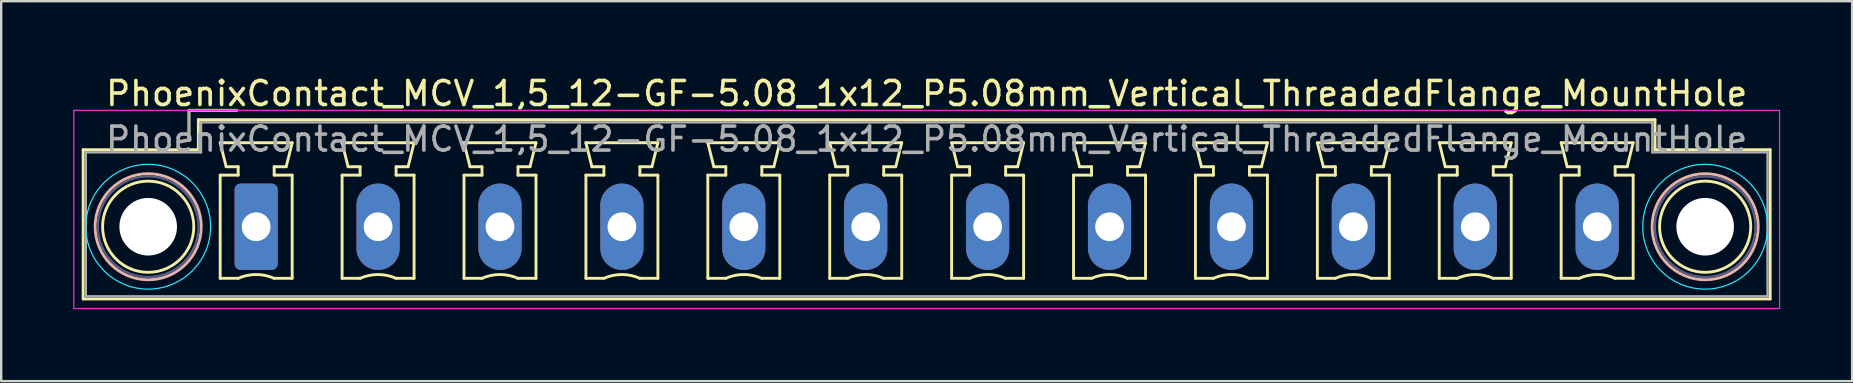
<source format=kicad_pcb>
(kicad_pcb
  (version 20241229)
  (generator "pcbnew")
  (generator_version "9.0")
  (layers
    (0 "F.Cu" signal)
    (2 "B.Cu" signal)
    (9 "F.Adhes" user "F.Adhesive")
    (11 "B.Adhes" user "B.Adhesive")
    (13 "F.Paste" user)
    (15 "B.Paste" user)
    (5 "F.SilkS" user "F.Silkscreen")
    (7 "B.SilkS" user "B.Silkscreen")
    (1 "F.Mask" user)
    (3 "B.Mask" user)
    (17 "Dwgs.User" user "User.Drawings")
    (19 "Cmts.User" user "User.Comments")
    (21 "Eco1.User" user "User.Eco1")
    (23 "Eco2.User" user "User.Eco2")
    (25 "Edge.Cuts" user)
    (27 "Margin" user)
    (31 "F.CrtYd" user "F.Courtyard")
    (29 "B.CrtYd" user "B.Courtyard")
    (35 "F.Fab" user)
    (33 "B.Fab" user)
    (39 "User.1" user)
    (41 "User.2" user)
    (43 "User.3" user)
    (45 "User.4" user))
  (footprint "PhoenixContact_MCV_1,5_12-GF-5.08_1x12_P5.08mm_Vertical_ThreadedFlange_MountHole"
    (layer "F.Cu")
    (at 7.625 6.398)
    (property "Reference" "PhoenixContact_MCV_1,5_12-GF-5.08_1x12_P5.08mm_Vertical_ThreadedFlange_MountHole" (at 27.94 -5.55 0) (layer "F.SilkS") (effects (font (size 1 1) (thickness 0.15))))
    (attr through_hole)
    (fp_line (start -7.21 -3.21) (end -7.21 3.01) (stroke (width 0.12) (type solid)) (layer "F.SilkS"))
    (fp_line (start -7.21 3.01) (end 63.09 3.01) (stroke (width 0.12) (type solid)) (layer "F.SilkS"))
    (fp_line (start -2.8 -4.85) (end -0.8 -4.85) (stroke (width 0.12) (type solid)) (layer "F.SilkS"))
    (fp_line (start -2.8 -3.6) (end -2.8 -4.85) (stroke (width 0.12) (type solid)) (layer "F.SilkS"))
    (fp_line (start -2.41 -4.46) (end -2.41 -3.21) (stroke (width 0.12) (type solid)) (layer "F.SilkS"))
    (fp_line (start -2.41 -3.21) (end -7.21 -3.21) (stroke (width 0.12) (type solid)) (layer "F.SilkS"))
    (fp_line (start -1.5 -3.5) (end 1.5 -3.5) (stroke (width 0.12) (type solid)) (layer "F.SilkS"))
    (fp_line (start -1.5 -2.15) (end -0.75 -2.15) (stroke (width 0.12) (type solid)) (layer "F.SilkS"))
    (fp_line (start -1.5 2.15) (end -1.5 -2.15) (stroke (width 0.12) (type solid)) (layer "F.SilkS"))
    (fp_line (start -1.25 -2.5) (end -1.5 -3.5) (stroke (width 0.12) (type solid)) (layer "F.SilkS"))
    (fp_line (start -0.75 -2.5) (end -1.25 -2.5) (stroke (width 0.12) (type solid)) (layer "F.SilkS"))
    (fp_line (start -0.75 -2.15) (end -0.75 -2.5) (stroke (width 0.12) (type solid)) (layer "F.SilkS"))
    (fp_line (start -0.75 2.15) (end -1.5 2.15) (stroke (width 0.12) (type solid)) (layer "F.SilkS"))
    (fp_line (start 0.75 -2.5) (end 0.75 -2.15) (stroke (width 0.12) (type solid)) (layer "F.SilkS"))
    (fp_line (start 0.75 -2.15) (end 1.5 -2.15) (stroke (width 0.12) (type solid)) (layer "F.SilkS"))
    (fp_line (start 1.25 -2.5) (end 0.75 -2.5) (stroke (width 0.12) (type solid)) (layer "F.SilkS"))
    (fp_line (start 1.5 -3.5) (end 1.25 -2.5) (stroke (width 0.12) (type solid)) (layer "F.SilkS"))
    (fp_line (start 1.5 -2.15) (end 1.5 2.15) (stroke (width 0.12) (type solid)) (layer "F.SilkS"))
    (fp_line (start 1.5 2.15) (end 0.75 2.15) (stroke (width 0.12) (type solid)) (layer "F.SilkS"))
    (fp_line (start 3.58 -3.5) (end 6.58 -3.5) (stroke (width 0.12) (type solid)) (layer "F.SilkS"))
    (fp_line (start 3.58 -2.15) (end 4.33 -2.15) (stroke (width 0.12) (type solid)) (layer "F.SilkS"))
    (fp_line (start 3.58 2.15) (end 3.58 -2.15) (stroke (width 0.12) (type solid)) (layer "F.SilkS"))
    (fp_line (start 3.83 -2.5) (end 3.58 -3.5) (stroke (width 0.12) (type solid)) (layer "F.SilkS"))
    (fp_line (start 4.33 -2.5) (end 3.83 -2.5) (stroke (width 0.12) (type solid)) (layer "F.SilkS"))
    (fp_line (start 4.33 -2.15) (end 4.33 -2.5) (stroke (width 0.12) (type solid)) (layer "F.SilkS"))
    (fp_line (start 4.33 2.15) (end 3.58 2.15) (stroke (width 0.12) (type solid)) (layer "F.SilkS"))
    (fp_line (start 5.83 -2.5) (end 5.83 -2.15) (stroke (width 0.12) (type solid)) (layer "F.SilkS"))
    (fp_line (start 5.83 -2.15) (end 6.58 -2.15) (stroke (width 0.12) (type solid)) (layer "F.SilkS"))
    (fp_line (start 6.33 -2.5) (end 5.83 -2.5) (stroke (width 0.12) (type solid)) (layer "F.SilkS"))
    (fp_line (start 6.58 -3.5) (end 6.33 -2.5) (stroke (width 0.12) (type solid)) (layer "F.SilkS"))
    (fp_line (start 6.58 -2.15) (end 6.58 2.15) (stroke (width 0.12) (type solid)) (layer "F.SilkS"))
    (fp_line (start 6.58 2.15) (end 5.83 2.15) (stroke (width 0.12) (type solid)) (layer "F.SilkS"))
    (fp_line (start 8.66 -3.5) (end 11.66 -3.5) (stroke (width 0.12) (type solid)) (layer "F.SilkS"))
    (fp_line (start 8.66 -2.15) (end 9.41 -2.15) (stroke (width 0.12) (type solid)) (layer "F.SilkS"))
    (fp_line (start 8.66 2.15) (end 8.66 -2.15) (stroke (width 0.12) (type solid)) (layer "F.SilkS"))
    (fp_line (start 8.91 -2.5) (end 8.66 -3.5) (stroke (width 0.12) (type solid)) (layer "F.SilkS"))
    (fp_line (start 9.41 -2.5) (end 8.91 -2.5) (stroke (width 0.12) (type solid)) (layer "F.SilkS"))
    (fp_line (start 9.41 -2.15) (end 9.41 -2.5) (stroke (width 0.12) (type solid)) (layer "F.SilkS"))
    (fp_line (start 9.41 2.15) (end 8.66 2.15) (stroke (width 0.12) (type solid)) (layer "F.SilkS"))
    (fp_line (start 10.91 -2.5) (end 10.91 -2.15) (stroke (width 0.12) (type solid)) (layer "F.SilkS"))
    (fp_line (start 10.91 -2.15) (end 11.66 -2.15) (stroke (width 0.12) (type solid)) (layer "F.SilkS"))
    (fp_line (start 11.41 -2.5) (end 10.91 -2.5) (stroke (width 0.12) (type solid)) (layer "F.SilkS"))
    (fp_line (start 11.66 -3.5) (end 11.41 -2.5) (stroke (width 0.12) (type solid)) (layer "F.SilkS"))
    (fp_line (start 11.66 -2.15) (end 11.66 2.15) (stroke (width 0.12) (type solid)) (layer "F.SilkS"))
    (fp_line (start 11.66 2.15) (end 10.91 2.15) (stroke (width 0.12) (type solid)) (layer "F.SilkS"))
    (fp_line (start 13.74 -3.5) (end 16.74 -3.5) (stroke (width 0.12) (type solid)) (layer "F.SilkS"))
    (fp_line (start 13.74 -2.15) (end 14.49 -2.15) (stroke (width 0.12) (type solid)) (layer "F.SilkS"))
    (fp_line (start 13.74 2.15) (end 13.74 -2.15) (stroke (width 0.12) (type solid)) (layer "F.SilkS"))
    (fp_line (start 13.99 -2.5) (end 13.74 -3.5) (stroke (width 0.12) (type solid)) (layer "F.SilkS"))
    (fp_line (start 14.49 -2.5) (end 13.99 -2.5) (stroke (width 0.12) (type solid)) (layer "F.SilkS"))
    (fp_line (start 14.49 -2.15) (end 14.49 -2.5) (stroke (width 0.12) (type solid)) (layer "F.SilkS"))
    (fp_line (start 14.49 2.15) (end 13.74 2.15) (stroke (width 0.12) (type solid)) (layer "F.SilkS"))
    (fp_line (start 15.99 -2.5) (end 15.99 -2.15) (stroke (width 0.12) (type solid)) (layer "F.SilkS"))
    (fp_line (start 15.99 -2.15) (end 16.74 -2.15) (stroke (width 0.12) (type solid)) (layer "F.SilkS"))
    (fp_line (start 16.49 -2.5) (end 15.99 -2.5) (stroke (width 0.12) (type solid)) (layer "F.SilkS"))
    (fp_line (start 16.74 -3.5) (end 16.49 -2.5) (stroke (width 0.12) (type solid)) (layer "F.SilkS"))
    (fp_line (start 16.74 -2.15) (end 16.74 2.15) (stroke (width 0.12) (type solid)) (layer "F.SilkS"))
    (fp_line (start 16.74 2.15) (end 15.99 2.15) (stroke (width 0.12) (type solid)) (layer "F.SilkS"))
    (fp_line (start 18.82 -3.5) (end 21.82 -3.5) (stroke (width 0.12) (type solid)) (layer "F.SilkS"))
    (fp_line (start 18.82 -2.15) (end 19.57 -2.15) (stroke (width 0.12) (type solid)) (layer "F.SilkS"))
    (fp_line (start 18.82 2.15) (end 18.82 -2.15) (stroke (width 0.12) (type solid)) (layer "F.SilkS"))
    (fp_line (start 19.07 -2.5) (end 18.82 -3.5) (stroke (width 0.12) (type solid)) (layer "F.SilkS"))
    (fp_line (start 19.57 -2.5) (end 19.07 -2.5) (stroke (width 0.12) (type solid)) (layer "F.SilkS"))
    (fp_line (start 19.57 -2.15) (end 19.57 -2.5) (stroke (width 0.12) (type solid)) (layer "F.SilkS"))
    (fp_line (start 19.57 2.15) (end 18.82 2.15) (stroke (width 0.12) (type solid)) (layer "F.SilkS"))
    (fp_line (start 21.07 -2.5) (end 21.07 -2.15) (stroke (width 0.12) (type solid)) (layer "F.SilkS"))
    (fp_line (start 21.07 -2.15) (end 21.82 -2.15) (stroke (width 0.12) (type solid)) (layer "F.SilkS"))
    (fp_line (start 21.57 -2.5) (end 21.07 -2.5) (stroke (width 0.12) (type solid)) (layer "F.SilkS"))
    (fp_line (start 21.82 -3.5) (end 21.57 -2.5) (stroke (width 0.12) (type solid)) (layer "F.SilkS"))
    (fp_line (start 21.82 -2.15) (end 21.82 2.15) (stroke (width 0.12) (type solid)) (layer "F.SilkS"))
    (fp_line (start 21.82 2.15) (end 21.07 2.15) (stroke (width 0.12) (type solid)) (layer "F.SilkS"))
    (fp_line (start 23.9 -3.5) (end 26.9 -3.5) (stroke (width 0.12) (type solid)) (layer "F.SilkS"))
    (fp_line (start 23.9 -2.15) (end 24.65 -2.15) (stroke (width 0.12) (type solid)) (layer "F.SilkS"))
    (fp_line (start 23.9 2.15) (end 23.9 -2.15) (stroke (width 0.12) (type solid)) (layer "F.SilkS"))
    (fp_line (start 24.15 -2.5) (end 23.9 -3.5) (stroke (width 0.12) (type solid)) (layer "F.SilkS"))
    (fp_line (start 24.65 -2.5) (end 24.15 -2.5) (stroke (width 0.12) (type solid)) (layer "F.SilkS"))
    (fp_line (start 24.65 -2.15) (end 24.65 -2.5) (stroke (width 0.12) (type solid)) (layer "F.SilkS"))
    (fp_line (start 24.65 2.15) (end 23.9 2.15) (stroke (width 0.12) (type solid)) (layer "F.SilkS"))
    (fp_line (start 26.15 -2.5) (end 26.15 -2.15) (stroke (width 0.12) (type solid)) (layer "F.SilkS"))
    (fp_line (start 26.15 -2.15) (end 26.9 -2.15) (stroke (width 0.12) (type solid)) (layer "F.SilkS"))
    (fp_line (start 26.65 -2.5) (end 26.15 -2.5) (stroke (width 0.12) (type solid)) (layer "F.SilkS"))
    (fp_line (start 26.9 -3.5) (end 26.65 -2.5) (stroke (width 0.12) (type solid)) (layer "F.SilkS"))
    (fp_line (start 26.9 -2.15) (end 26.9 2.15) (stroke (width 0.12) (type solid)) (layer "F.SilkS"))
    (fp_line (start 26.9 2.15) (end 26.15 2.15) (stroke (width 0.12) (type solid)) (layer "F.SilkS"))
    (fp_line (start 28.98 -3.5) (end 31.98 -3.5) (stroke (width 0.12) (type solid)) (layer "F.SilkS"))
    (fp_line (start 28.98 -2.15) (end 29.73 -2.15) (stroke (width 0.12) (type solid)) (layer "F.SilkS"))
    (fp_line (start 28.98 2.15) (end 28.98 -2.15) (stroke (width 0.12) (type solid)) (layer "F.SilkS"))
    (fp_line (start 29.23 -2.5) (end 28.98 -3.5) (stroke (width 0.12) (type solid)) (layer "F.SilkS"))
    (fp_line (start 29.73 -2.5) (end 29.23 -2.5) (stroke (width 0.12) (type solid)) (layer "F.SilkS"))
    (fp_line (start 29.73 -2.15) (end 29.73 -2.5) (stroke (width 0.12) (type solid)) (layer "F.SilkS"))
    (fp_line (start 29.73 2.15) (end 28.98 2.15) (stroke (width 0.12) (type solid)) (layer "F.SilkS"))
    (fp_line (start 31.23 -2.5) (end 31.23 -2.15) (stroke (width 0.12) (type solid)) (layer "F.SilkS"))
    (fp_line (start 31.23 -2.15) (end 31.98 -2.15) (stroke (width 0.12) (type solid)) (layer "F.SilkS"))
    (fp_line (start 31.73 -2.5) (end 31.23 -2.5) (stroke (width 0.12) (type solid)) (layer "F.SilkS"))
    (fp_line (start 31.98 -3.5) (end 31.73 -2.5) (stroke (width 0.12) (type solid)) (layer "F.SilkS"))
    (fp_line (start 31.98 -2.15) (end 31.98 2.15) (stroke (width 0.12) (type solid)) (layer "F.SilkS"))
    (fp_line (start 31.98 2.15) (end 31.23 2.15) (stroke (width 0.12) (type solid)) (layer "F.SilkS"))
    (fp_line (start 34.06 -3.5) (end 37.06 -3.5) (stroke (width 0.12) (type solid)) (layer "F.SilkS"))
    (fp_line (start 34.06 -2.15) (end 34.81 -2.15) (stroke (width 0.12) (type solid)) (layer "F.SilkS"))
    (fp_line (start 34.06 2.15) (end 34.06 -2.15) (stroke (width 0.12) (type solid)) (layer "F.SilkS"))
    (fp_line (start 34.31 -2.5) (end 34.06 -3.5) (stroke (width 0.12) (type solid)) (layer "F.SilkS"))
    (fp_line (start 34.81 -2.5) (end 34.31 -2.5) (stroke (width 0.12) (type solid)) (layer "F.SilkS"))
    (fp_line (start 34.81 -2.15) (end 34.81 -2.5) (stroke (width 0.12) (type solid)) (layer "F.SilkS"))
    (fp_line (start 34.81 2.15) (end 34.06 2.15) (stroke (width 0.12) (type solid)) (layer "F.SilkS"))
    (fp_line (start 36.31 -2.5) (end 36.31 -2.15) (stroke (width 0.12) (type solid)) (layer "F.SilkS"))
    (fp_line (start 36.31 -2.15) (end 37.06 -2.15) (stroke (width 0.12) (type solid)) (layer "F.SilkS"))
    (fp_line (start 36.81 -2.5) (end 36.31 -2.5) (stroke (width 0.12) (type solid)) (layer "F.SilkS"))
    (fp_line (start 37.06 -3.5) (end 36.81 -2.5) (stroke (width 0.12) (type solid)) (layer "F.SilkS"))
    (fp_line (start 37.06 -2.15) (end 37.06 2.15) (stroke (width 0.12) (type solid)) (layer "F.SilkS"))
    (fp_line (start 37.06 2.15) (end 36.31 2.15) (stroke (width 0.12) (type solid)) (layer "F.SilkS"))
    (fp_line (start 39.14 -3.5) (end 42.14 -3.5) (stroke (width 0.12) (type solid)) (layer "F.SilkS"))
    (fp_line (start 39.14 -2.15) (end 39.89 -2.15) (stroke (width 0.12) (type solid)) (layer "F.SilkS"))
    (fp_line (start 39.14 2.15) (end 39.14 -2.15) (stroke (width 0.12) (type solid)) (layer "F.SilkS"))
    (fp_line (start 39.39 -2.5) (end 39.14 -3.5) (stroke (width 0.12) (type solid)) (layer "F.SilkS"))
    (fp_line (start 39.89 -2.5) (end 39.39 -2.5) (stroke (width 0.12) (type solid)) (layer "F.SilkS"))
    (fp_line (start 39.89 -2.15) (end 39.89 -2.5) (stroke (width 0.12) (type solid)) (layer "F.SilkS"))
    (fp_line (start 39.89 2.15) (end 39.14 2.15) (stroke (width 0.12) (type solid)) (layer "F.SilkS"))
    (fp_line (start 41.39 -2.5) (end 41.39 -2.15) (stroke (width 0.12) (type solid)) (layer "F.SilkS"))
    (fp_line (start 41.39 -2.15) (end 42.14 -2.15) (stroke (width 0.12) (type solid)) (layer "F.SilkS"))
    (fp_line (start 41.89 -2.5) (end 41.39 -2.5) (stroke (width 0.12) (type solid)) (layer "F.SilkS"))
    (fp_line (start 42.14 -3.5) (end 41.89 -2.5) (stroke (width 0.12) (type solid)) (layer "F.SilkS"))
    (fp_line (start 42.14 -2.15) (end 42.14 2.15) (stroke (width 0.12) (type solid)) (layer "F.SilkS"))
    (fp_line (start 42.14 2.15) (end 41.39 2.15) (stroke (width 0.12) (type solid)) (layer "F.SilkS"))
    (fp_line (start 44.22 -3.5) (end 47.22 -3.5) (stroke (width 0.12) (type solid)) (layer "F.SilkS"))
    (fp_line (start 44.22 -2.15) (end 44.97 -2.15) (stroke (width 0.12) (type solid)) (layer "F.SilkS"))
    (fp_line (start 44.22 2.15) (end 44.22 -2.15) (stroke (width 0.12) (type solid)) (layer "F.SilkS"))
    (fp_line (start 44.47 -2.5) (end 44.22 -3.5) (stroke (width 0.12) (type solid)) (layer "F.SilkS"))
    (fp_line (start 44.97 -2.5) (end 44.47 -2.5) (stroke (width 0.12) (type solid)) (layer "F.SilkS"))
    (fp_line (start 44.97 -2.15) (end 44.97 -2.5) (stroke (width 0.12) (type solid)) (layer "F.SilkS"))
    (fp_line (start 44.97 2.15) (end 44.22 2.15) (stroke (width 0.12) (type solid)) (layer "F.SilkS"))
    (fp_line (start 46.47 -2.5) (end 46.47 -2.15) (stroke (width 0.12) (type solid)) (layer "F.SilkS"))
    (fp_line (start 46.47 -2.15) (end 47.22 -2.15) (stroke (width 0.12) (type solid)) (layer "F.SilkS"))
    (fp_line (start 46.97 -2.5) (end 46.47 -2.5) (stroke (width 0.12) (type solid)) (layer "F.SilkS"))
    (fp_line (start 47.22 -3.5) (end 46.97 -2.5) (stroke (width 0.12) (type solid)) (layer "F.SilkS"))
    (fp_line (start 47.22 -2.15) (end 47.22 2.15) (stroke (width 0.12) (type solid)) (layer "F.SilkS"))
    (fp_line (start 47.22 2.15) (end 46.47 2.15) (stroke (width 0.12) (type solid)) (layer "F.SilkS"))
    (fp_line (start 49.3 -3.5) (end 52.3 -3.5) (stroke (width 0.12) (type solid)) (layer "F.SilkS"))
    (fp_line (start 49.3 -2.15) (end 50.05 -2.15) (stroke (width 0.12) (type solid)) (layer "F.SilkS"))
    (fp_line (start 49.3 2.15) (end 49.3 -2.15) (stroke (width 0.12) (type solid)) (layer "F.SilkS"))
    (fp_line (start 49.55 -2.5) (end 49.3 -3.5) (stroke (width 0.12) (type solid)) (layer "F.SilkS"))
    (fp_line (start 50.05 -2.5) (end 49.55 -2.5) (stroke (width 0.12) (type solid)) (layer "F.SilkS"))
    (fp_line (start 50.05 -2.15) (end 50.05 -2.5) (stroke (width 0.12) (type solid)) (layer "F.SilkS"))
    (fp_line (start 50.05 2.15) (end 49.3 2.15) (stroke (width 0.12) (type solid)) (layer "F.SilkS"))
    (fp_line (start 51.55 -2.5) (end 51.55 -2.15) (stroke (width 0.12) (type solid)) (layer "F.SilkS"))
    (fp_line (start 51.55 -2.15) (end 52.3 -2.15) (stroke (width 0.12) (type solid)) (layer "F.SilkS"))
    (fp_line (start 52.05 -2.5) (end 51.55 -2.5) (stroke (width 0.12) (type solid)) (layer "F.SilkS"))
    (fp_line (start 52.3 -3.5) (end 52.05 -2.5) (stroke (width 0.12) (type solid)) (layer "F.SilkS"))
    (fp_line (start 52.3 -2.15) (end 52.3 2.15) (stroke (width 0.12) (type solid)) (layer "F.SilkS"))
    (fp_line (start 52.3 2.15) (end 51.55 2.15) (stroke (width 0.12) (type solid)) (layer "F.SilkS"))
    (fp_line (start 54.38 -3.5) (end 57.38 -3.5) (stroke (width 0.12) (type solid)) (layer "F.SilkS"))
    (fp_line (start 54.38 -2.15) (end 55.13 -2.15) (stroke (width 0.12) (type solid)) (layer "F.SilkS"))
    (fp_line (start 54.38 2.15) (end 54.38 -2.15) (stroke (width 0.12) (type solid)) (layer "F.SilkS"))
    (fp_line (start 54.63 -2.5) (end 54.38 -3.5) (stroke (width 0.12) (type solid)) (layer "F.SilkS"))
    (fp_line (start 55.13 -2.5) (end 54.63 -2.5) (stroke (width 0.12) (type solid)) (layer "F.SilkS"))
    (fp_line (start 55.13 -2.15) (end 55.13 -2.5) (stroke (width 0.12) (type solid)) (layer "F.SilkS"))
    (fp_line (start 55.13 2.15) (end 54.38 2.15) (stroke (width 0.12) (type solid)) (layer "F.SilkS"))
    (fp_line (start 56.63 -2.5) (end 56.63 -2.15) (stroke (width 0.12) (type solid)) (layer "F.SilkS"))
    (fp_line (start 56.63 -2.15) (end 57.38 -2.15) (stroke (width 0.12) (type solid)) (layer "F.SilkS"))
    (fp_line (start 57.13 -2.5) (end 56.63 -2.5) (stroke (width 0.12) (type solid)) (layer "F.SilkS"))
    (fp_line (start 57.38 -3.5) (end 57.13 -2.5) (stroke (width 0.12) (type solid)) (layer "F.SilkS"))
    (fp_line (start 57.38 -2.15) (end 57.38 2.15) (stroke (width 0.12) (type solid)) (layer "F.SilkS"))
    (fp_line (start 57.38 2.15) (end 56.63 2.15) (stroke (width 0.12) (type solid)) (layer "F.SilkS"))
    (fp_line (start 58.29 -4.46) (end -2.41 -4.46) (stroke (width 0.12) (type solid)) (layer "F.SilkS"))
    (fp_line (start 58.29 -3.21) (end 58.29 -4.46) (stroke (width 0.12) (type solid)) (layer "F.SilkS"))
    (fp_line (start 63.09 -3.21) (end 58.29 -3.21) (stroke (width 0.12) (type solid)) (layer "F.SilkS"))
    (fp_line (start 63.09 3.01) (end 63.09 -3.21) (stroke (width 0.12) (type solid)) (layer "F.SilkS"))
    (fp_arc (start -0.75 2.15) (mid -0.000193 1.99191) (end 0.749647 2.149844) (stroke (width 0.12) (type solid)) (layer "F.SilkS"))
    (fp_arc (start 4.33 2.15) (mid 5.079807 1.99191) (end 5.829647 2.149844) (stroke (width 0.12) (type solid)) (layer "F.SilkS"))
    (fp_arc (start 9.41 2.15) (mid 10.159807 1.99191) (end 10.909647 2.149844) (stroke (width 0.12) (type solid)) (layer "F.SilkS"))
    (fp_arc (start 14.49 2.15) (mid 15.239807 1.99191) (end 15.989647 2.149844) (stroke (width 0.12) (type solid)) (layer "F.SilkS"))
    (fp_arc (start 19.57 2.15) (mid 20.319807 1.99191) (end 21.069647 2.149844) (stroke (width 0.12) (type solid)) (layer "F.SilkS"))
    (fp_arc (start 24.65 2.15) (mid 25.399807 1.99191) (end 26.149647 2.149844) (stroke (width 0.12) (type solid)) (layer "F.SilkS"))
    (fp_arc (start 29.73 2.15) (mid 30.479807 1.99191) (end 31.229647 2.149844) (stroke (width 0.12) (type solid)) (layer "F.SilkS"))
    (fp_arc (start 34.81 2.15) (mid 35.559807 1.99191) (end 36.309647 2.149844) (stroke (width 0.12) (type solid)) (layer "F.SilkS"))
    (fp_arc (start 39.89 2.15) (mid 40.639807 1.99191) (end 41.389647 2.149844) (stroke (width 0.12) (type solid)) (layer "F.SilkS"))
    (fp_arc (start 44.97 2.15) (mid 45.719807 1.99191) (end 46.469647 2.149844) (stroke (width 0.12) (type solid)) (layer "F.SilkS"))
    (fp_arc (start 50.05 2.15) (mid 50.799807 1.99191) (end 51.549647 2.149844) (stroke (width 0.12) (type solid)) (layer "F.SilkS"))
    (fp_arc (start 55.13 2.15) (mid 55.879807 1.99191) (end 56.629647 2.149844) (stroke (width 0.12) (type solid)) (layer "F.SilkS"))
    (fp_circle (center -4.5 0) (end -2.6 0) (stroke (width 0.12) (type solid)) (fill no) (layer "F.SilkS"))
    (fp_circle (center 60.38 0) (end 62.28 0) (stroke (width 0.12) (type solid)) (fill no) (layer "F.SilkS"))
    (fp_circle (center -4.5 0) (end -2.29 0) (stroke (width 0.12) (type solid)) (fill no) (layer "B.SilkS"))
    (fp_circle (center 60.38 0) (end 62.59 0) (stroke (width 0.12) (type solid)) (fill no) (layer "B.SilkS"))
    (fp_circle (center -4.5 0) (end -1.9 0) (stroke (width 0.05) (type solid)) (fill no) (layer "B.CrtYd"))
    (fp_circle (center 60.38 0) (end 62.98 0) (stroke (width 0.05) (type solid)) (fill no) (layer "B.CrtYd"))
    (fp_line (start -7.6 -4.85) (end -7.6 3.41) (stroke (width 0.05) (type solid)) (layer "F.CrtYd"))
    (fp_line (start -7.6 3.41) (end 63.48 3.41) (stroke (width 0.05) (type solid)) (layer "F.CrtYd"))
    (fp_line (start 63.48 -4.85) (end -7.6 -4.85) (stroke (width 0.05) (type solid)) (layer "F.CrtYd"))
    (fp_line (start 63.48 3.41) (end 63.48 -4.85) (stroke (width 0.05) (type solid)) (layer "F.CrtYd"))
    (fp_circle (center -4.5 0) (end -2.4 0) (stroke (width 0.1) (type solid)) (fill no) (layer "B.Fab"))
    (fp_circle (center 60.38 0) (end 62.48 0) (stroke (width 0.1) (type solid)) (fill no) (layer "B.Fab"))
    (fp_line (start -7.1 -3.1) (end -7.1 2.9) (stroke (width 0.1) (type solid)) (layer "F.Fab"))
    (fp_line (start -7.1 2.9) (end 62.98 2.9) (stroke (width 0.1) (type solid)) (layer "F.Fab"))
    (fp_line (start -2.8 -4.85) (end -0.8 -4.85) (stroke (width 0.1) (type solid)) (layer "F.Fab"))
    (fp_line (start -2.8 -3.6) (end -2.8 -4.85) (stroke (width 0.1) (type solid)) (layer "F.Fab"))
    (fp_line (start -2.3 -4.35) (end -2.3 -3.1) (stroke (width 0.1) (type solid)) (layer "F.Fab"))
    (fp_line (start -2.3 -3.1) (end -7.1 -3.1) (stroke (width 0.1) (type solid)) (layer "F.Fab"))
    (fp_line (start 58.18 -4.35) (end -2.3 -4.35) (stroke (width 0.1) (type solid)) (layer "F.Fab"))
    (fp_line (start 58.18 -3.1) (end 58.18 -4.35) (stroke (width 0.1) (type solid)) (layer "F.Fab"))
    (fp_line (start 62.98 -3.1) (end 58.18 -3.1) (stroke (width 0.1) (type solid)) (layer "F.Fab"))
    (fp_line (start 62.98 2.9) (end 62.98 -3.1) (stroke (width 0.1) (type solid)) (layer "F.Fab"))
    (fp_text user "${REFERENCE}" (at 27.94 -3.65 0) (layer "F.Fab") (effects (font (size 1 1) (thickness 0.15))))
    (pad "" np_thru_hole circle (at -4.5 0) (size 2.4 2.4) (drill 2.4) (layers "*.Cu" "*.Mask"))
    (pad "" np_thru_hole circle (at 60.38 0) (size 2.4 2.4) (drill 2.4) (layers "*.Cu" "*.Mask"))
    (pad "1" thru_hole roundrect (at 0 0) (size 1.8 3.6) (drill 1.2) (layers "*.Cu" "*.Mask") (roundrect_rratio 0.139))
    (pad "2" thru_hole oval (at 5.08 0) (size 1.8 3.6) (drill 1.2) (layers "*.Cu" "*.Mask"))
    (pad "3" thru_hole oval (at 10.16 0) (size 1.8 3.6) (drill 1.2) (layers "*.Cu" "*.Mask"))
    (pad "4" thru_hole oval (at 15.24 0) (size 1.8 3.6) (drill 1.2) (layers "*.Cu" "*.Mask"))
    (pad "5" thru_hole oval (at 20.32 0) (size 1.8 3.6) (drill 1.2) (layers "*.Cu" "*.Mask"))
    (pad "6" thru_hole oval (at 25.4 0) (size 1.8 3.6) (drill 1.2) (layers "*.Cu" "*.Mask"))
    (pad "7" thru_hole oval (at 30.48 0) (size 1.8 3.6) (drill 1.2) (layers "*.Cu" "*.Mask"))
    (pad "8" thru_hole oval (at 35.56 0) (size 1.8 3.6) (drill 1.2) (layers "*.Cu" "*.Mask"))
    (pad "9" thru_hole oval (at 40.64 0) (size 1.8 3.6) (drill 1.2) (layers "*.Cu" "*.Mask"))
    (pad "10" thru_hole oval (at 45.72 0) (size 1.8 3.6) (drill 1.2) (layers "*.Cu" "*.Mask"))
    (pad "11" thru_hole oval (at 50.8 0) (size 1.8 3.6) (drill 1.2) (layers "*.Cu" "*.Mask"))
    (pad "12" thru_hole oval (at 55.88 0) (size 1.8 3.6) (drill 1.2) (layers "*.Cu" "*.Mask")))
  (gr_rect
    (start -3 -3)
    (end 74.13 12.833)
    (stroke (width 0.1) (type default))
    (fill no)
    (layer "Edge.Cuts")))
</source>
